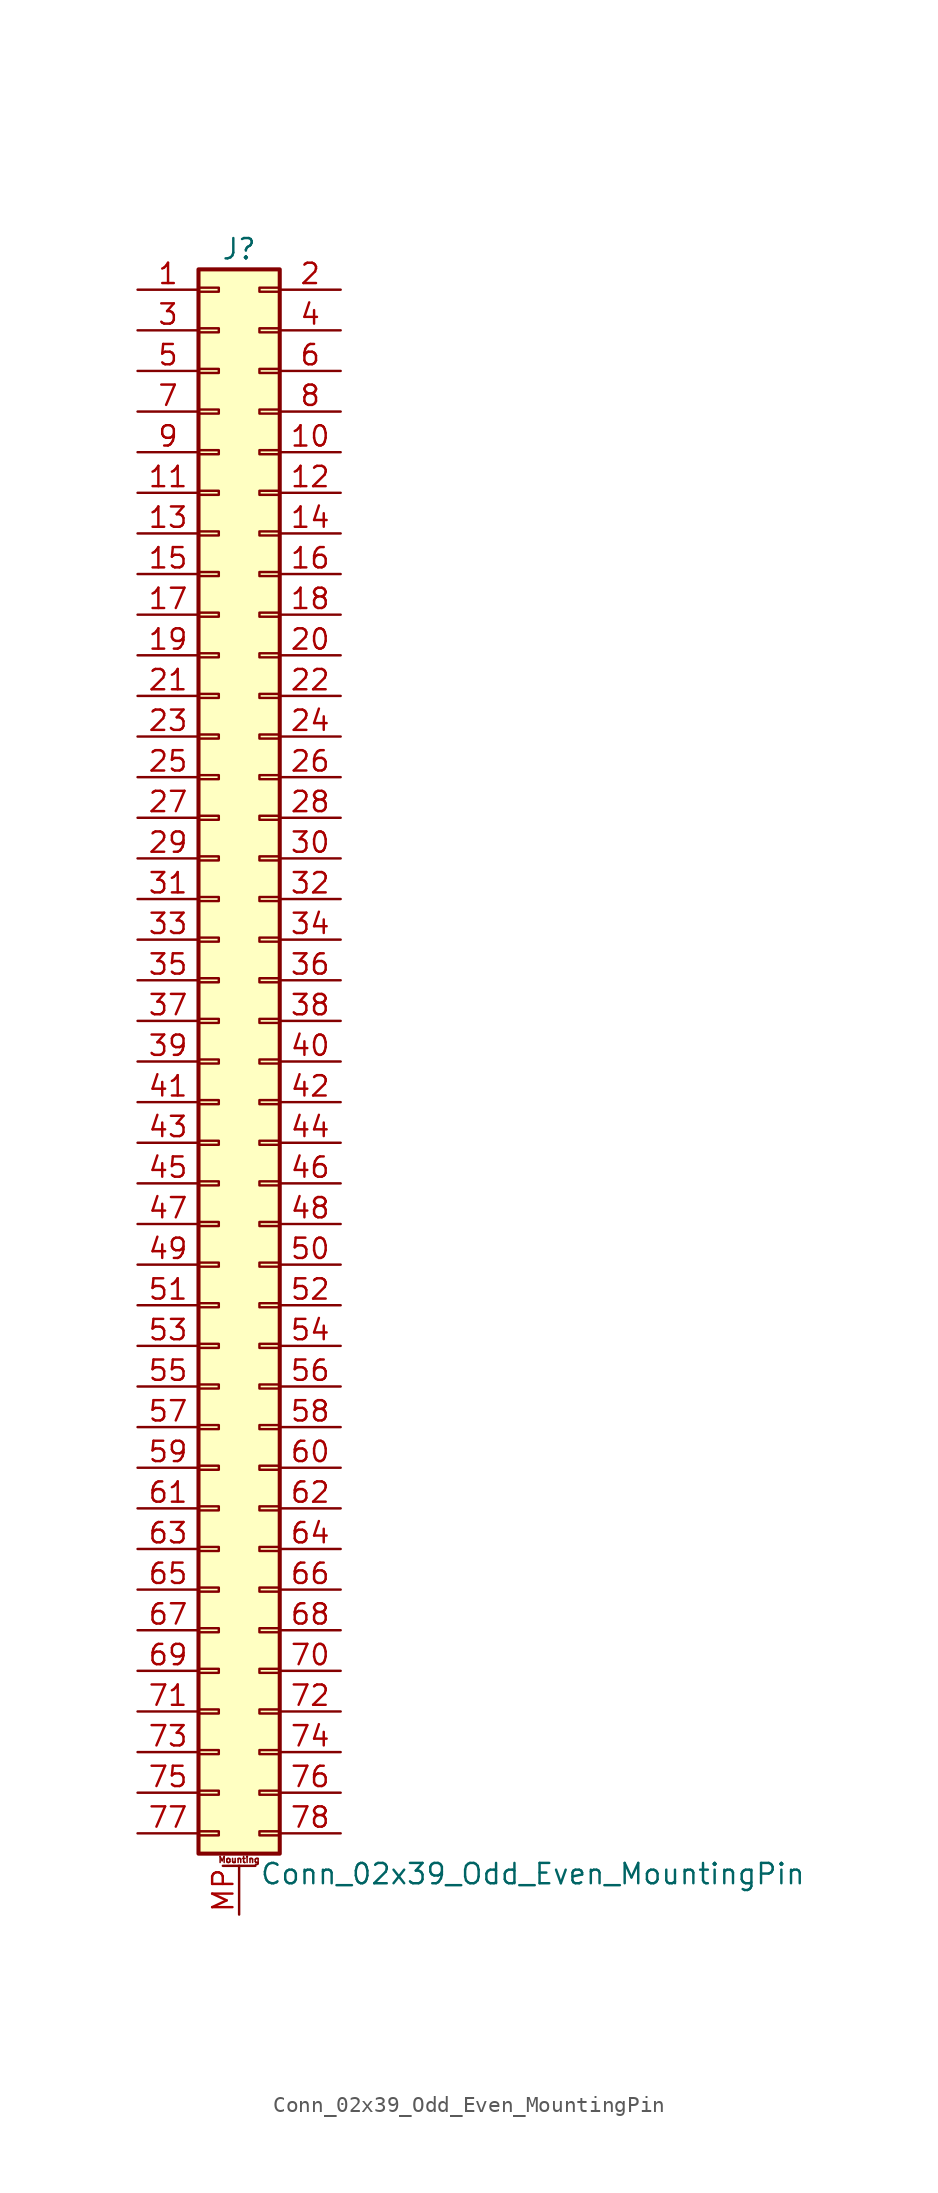
<source format=kicad_sym>
(kicad_symbol_lib
  (version 20220914)
  (generator kicad_symbol_editor)
  (symbol "Conn_02x39_Odd_Even_MountingPin"
    (pin_names
      (offset 1.016) hide)
    (property "Reference" "J"
      (at 1.27 50.8 0)
      (effects (font (size 1.27 1.27))))
    (property "Value" "Conn_02x39_Odd_Even_MountingPin"
      (at 2.54 -50.8 0)
      (effects (font (size 1.27 1.27)) (justify left)))
    (symbol "Conn_02x39_Odd_Even_MountingPin_1_1"
      (rectangle (start -1.27 -48.133) (end 0 -48.387) (stroke (width 0.152) (type default)) (fill (type none)))
      (rectangle (start -1.27 -45.593) (end 0 -45.847) (stroke (width 0.152) (type default)) (fill (type none)))
      (rectangle (start -1.27 -43.053) (end 0 -43.307) (stroke (width 0.152) (type default)) (fill (type none)))
      (rectangle (start -1.27 -40.513) (end 0 -40.767) (stroke (width 0.152) (type default)) (fill (type none)))
      (rectangle (start -1.27 -37.973) (end 0 -38.227) (stroke (width 0.152) (type default)) (fill (type none)))
      (rectangle (start -1.27 -35.433) (end 0 -35.687) (stroke (width 0.152) (type default)) (fill (type none)))
      (rectangle (start -1.27 -32.893) (end 0 -33.147) (stroke (width 0.152) (type default)) (fill (type none)))
      (rectangle (start -1.27 -30.353) (end 0 -30.607) (stroke (width 0.152) (type default)) (fill (type none)))
      (rectangle (start -1.27 -27.813) (end 0 -28.067) (stroke (width 0.152) (type default)) (fill (type none)))
      (rectangle (start -1.27 -25.273) (end 0 -25.527) (stroke (width 0.152) (type default)) (fill (type none)))
      (rectangle (start -1.27 -22.733) (end 0 -22.987) (stroke (width 0.152) (type default)) (fill (type none)))
      (rectangle (start -1.27 -20.193) (end 0 -20.447) (stroke (width 0.152) (type default)) (fill (type none)))
      (rectangle (start -1.27 -17.653) (end 0 -17.907) (stroke (width 0.152) (type default)) (fill (type none)))
      (rectangle (start -1.27 -15.113) (end 0 -15.367) (stroke (width 0.152) (type default)) (fill (type none)))
      (rectangle (start -1.27 -12.573) (end 0 -12.827) (stroke (width 0.152) (type default)) (fill (type none)))
      (rectangle (start -1.27 -10.033) (end 0 -10.287) (stroke (width 0.152) (type default)) (fill (type none)))
      (rectangle (start -1.27 -7.493) (end 0 -7.747) (stroke (width 0.152) (type default)) (fill (type none)))
      (rectangle (start -1.27 -4.953) (end 0 -5.207) (stroke (width 0.152) (type default)) (fill (type none)))
      (rectangle (start -1.27 -2.413) (end 0 -2.667) (stroke (width 0.152) (type default)) (fill (type none)))
      (rectangle (start -1.27 0.127) (end 0 -0.127) (stroke (width 0.152) (type default)) (fill (type none)))
      (rectangle (start -1.27 2.667) (end 0 2.413) (stroke (width 0.152) (type default)) (fill (type none)))
      (rectangle (start -1.27 5.207) (end 0 4.953) (stroke (width 0.152) (type default)) (fill (type none)))
      (rectangle (start -1.27 7.747) (end 0 7.493) (stroke (width 0.152) (type default)) (fill (type none)))
      (rectangle (start -1.27 10.287) (end 0 10.033) (stroke (width 0.152) (type default)) (fill (type none)))
      (rectangle (start -1.27 12.827) (end 0 12.573) (stroke (width 0.152) (type default)) (fill (type none)))
      (rectangle (start -1.27 15.367) (end 0 15.113) (stroke (width 0.152) (type default)) (fill (type none)))
      (rectangle (start -1.27 17.907) (end 0 17.653) (stroke (width 0.152) (type default)) (fill (type none)))
      (rectangle (start -1.27 20.447) (end 0 20.193) (stroke (width 0.152) (type default)) (fill (type none)))
      (rectangle (start -1.27 22.987) (end 0 22.733) (stroke (width 0.152) (type default)) (fill (type none)))
      (rectangle (start -1.27 25.527) (end 0 25.273) (stroke (width 0.152) (type default)) (fill (type none)))
      (rectangle (start -1.27 28.067) (end 0 27.813) (stroke (width 0.152) (type default)) (fill (type none)))
      (rectangle (start -1.27 30.607) (end 0 30.353) (stroke (width 0.152) (type default)) (fill (type none)))
      (rectangle (start -1.27 33.147) (end 0 32.893) (stroke (width 0.152) (type default)) (fill (type none)))
      (rectangle (start -1.27 35.687) (end 0 35.433) (stroke (width 0.152) (type default)) (fill (type none)))
      (rectangle (start -1.27 38.227) (end 0 37.973) (stroke (width 0.152) (type default)) (fill (type none)))
      (rectangle (start -1.27 40.767) (end 0 40.513) (stroke (width 0.152) (type default)) (fill (type none)))
      (rectangle (start -1.27 43.307) (end 0 43.053) (stroke (width 0.152) (type default)) (fill (type none)))
      (rectangle (start -1.27 45.847) (end 0 45.593) (stroke (width 0.152) (type default)) (fill (type none)))
      (rectangle (start -1.27 48.387) (end 0 48.133) (stroke (width 0.152) (type default)) (fill (type none)))
      (rectangle (start -1.27 49.53) (end 3.81 -49.53) (stroke (width 0.254) (type default)) (fill (type background)))
      (polyline (pts (xy 0.254 -50.292) (xy 2.286 -50.292)) (stroke (width 0.152) (type default)) (fill (type none)))
      (rectangle (start 3.81 -48.133) (end 2.54 -48.387) (stroke (width 0.152) (type default)) (fill (type none)))
      (rectangle (start 3.81 -45.593) (end 2.54 -45.847) (stroke (width 0.152) (type default)) (fill (type none)))
      (rectangle (start 3.81 -43.053) (end 2.54 -43.307) (stroke (width 0.152) (type default)) (fill (type none)))
      (rectangle (start 3.81 -40.513) (end 2.54 -40.767) (stroke (width 0.152) (type default)) (fill (type none)))
      (rectangle (start 3.81 -37.973) (end 2.54 -38.227) (stroke (width 0.152) (type default)) (fill (type none)))
      (rectangle (start 3.81 -35.433) (end 2.54 -35.687) (stroke (width 0.152) (type default)) (fill (type none)))
      (rectangle (start 3.81 -32.893) (end 2.54 -33.147) (stroke (width 0.152) (type default)) (fill (type none)))
      (rectangle (start 3.81 -30.353) (end 2.54 -30.607) (stroke (width 0.152) (type default)) (fill (type none)))
      (rectangle (start 3.81 -27.813) (end 2.54 -28.067) (stroke (width 0.152) (type default)) (fill (type none)))
      (rectangle (start 3.81 -25.273) (end 2.54 -25.527) (stroke (width 0.152) (type default)) (fill (type none)))
      (rectangle (start 3.81 -22.733) (end 2.54 -22.987) (stroke (width 0.152) (type default)) (fill (type none)))
      (rectangle (start 3.81 -20.193) (end 2.54 -20.447) (stroke (width 0.152) (type default)) (fill (type none)))
      (rectangle (start 3.81 -17.653) (end 2.54 -17.907) (stroke (width 0.152) (type default)) (fill (type none)))
      (rectangle (start 3.81 -15.113) (end 2.54 -15.367) (stroke (width 0.152) (type default)) (fill (type none)))
      (rectangle (start 3.81 -12.573) (end 2.54 -12.827) (stroke (width 0.152) (type default)) (fill (type none)))
      (rectangle (start 3.81 -10.033) (end 2.54 -10.287) (stroke (width 0.152) (type default)) (fill (type none)))
      (rectangle (start 3.81 -7.493) (end 2.54 -7.747) (stroke (width 0.152) (type default)) (fill (type none)))
      (rectangle (start 3.81 -4.953) (end 2.54 -5.207) (stroke (width 0.152) (type default)) (fill (type none)))
      (rectangle (start 3.81 -2.413) (end 2.54 -2.667) (stroke (width 0.152) (type default)) (fill (type none)))
      (rectangle (start 3.81 0.127) (end 2.54 -0.127) (stroke (width 0.152) (type default)) (fill (type none)))
      (rectangle (start 3.81 2.667) (end 2.54 2.413) (stroke (width 0.152) (type default)) (fill (type none)))
      (rectangle (start 3.81 5.207) (end 2.54 4.953) (stroke (width 0.152) (type default)) (fill (type none)))
      (rectangle (start 3.81 7.747) (end 2.54 7.493) (stroke (width 0.152) (type default)) (fill (type none)))
      (rectangle (start 3.81 10.287) (end 2.54 10.033) (stroke (width 0.152) (type default)) (fill (type none)))
      (rectangle (start 3.81 12.827) (end 2.54 12.573) (stroke (width 0.152) (type default)) (fill (type none)))
      (rectangle (start 3.81 15.367) (end 2.54 15.113) (stroke (width 0.152) (type default)) (fill (type none)))
      (rectangle (start 3.81 17.907) (end 2.54 17.653) (stroke (width 0.152) (type default)) (fill (type none)))
      (rectangle (start 3.81 20.447) (end 2.54 20.193) (stroke (width 0.152) (type default)) (fill (type none)))
      (rectangle (start 3.81 22.987) (end 2.54 22.733) (stroke (width 0.152) (type default)) (fill (type none)))
      (rectangle (start 3.81 25.527) (end 2.54 25.273) (stroke (width 0.152) (type default)) (fill (type none)))
      (rectangle (start 3.81 28.067) (end 2.54 27.813) (stroke (width 0.152) (type default)) (fill (type none)))
      (rectangle (start 3.81 30.607) (end 2.54 30.353) (stroke (width 0.152) (type default)) (fill (type none)))
      (rectangle (start 3.81 33.147) (end 2.54 32.893) (stroke (width 0.152) (type default)) (fill (type none)))
      (rectangle (start 3.81 35.687) (end 2.54 35.433) (stroke (width 0.152) (type default)) (fill (type none)))
      (rectangle (start 3.81 38.227) (end 2.54 37.973) (stroke (width 0.152) (type default)) (fill (type none)))
      (rectangle (start 3.81 40.767) (end 2.54 40.513) (stroke (width 0.152) (type default)) (fill (type none)))
      (rectangle (start 3.81 43.307) (end 2.54 43.053) (stroke (width 0.152) (type default)) (fill (type none)))
      (rectangle (start 3.81 45.847) (end 2.54 45.593) (stroke (width 0.152) (type default)) (fill (type none)))
      (rectangle (start 3.81 48.387) (end 2.54 48.133) (stroke (width 0.152) (type default)) (fill (type none)))
      (text "Mounting" (at 1.27 -49.911 0) (effects (font (size 0.381 0.381))))
      (pin passive line (at -5.08 48.26 0) (length 3.81) (name "Pin_1" (effects (font (size 1.27 1.27)))) (number "1" (effects (font (size 1.27 1.27)))))
      (pin passive line (at 7.62 38.1 180) (length 3.81) (name "Pin_10" (effects (font (size 1.27 1.27)))) (number "10" (effects (font (size 1.27 1.27)))))
      (pin passive line (at -5.08 35.56 0) (length 3.81) (name "Pin_11" (effects (font (size 1.27 1.27)))) (number "11" (effects (font (size 1.27 1.27)))))
      (pin passive line (at 7.62 35.56 180) (length 3.81) (name "Pin_12" (effects (font (size 1.27 1.27)))) (number "12" (effects (font (size 1.27 1.27)))))
      (pin passive line (at -5.08 33.02 0) (length 3.81) (name "Pin_13" (effects (font (size 1.27 1.27)))) (number "13" (effects (font (size 1.27 1.27)))))
      (pin passive line (at 7.62 33.02 180) (length 3.81) (name "Pin_14" (effects (font (size 1.27 1.27)))) (number "14" (effects (font (size 1.27 1.27)))))
      (pin passive line (at -5.08 30.48 0) (length 3.81) (name "Pin_15" (effects (font (size 1.27 1.27)))) (number "15" (effects (font (size 1.27 1.27)))))
      (pin passive line (at 7.62 30.48 180) (length 3.81) (name "Pin_16" (effects (font (size 1.27 1.27)))) (number "16" (effects (font (size 1.27 1.27)))))
      (pin passive line (at -5.08 27.94 0) (length 3.81) (name "Pin_17" (effects (font (size 1.27 1.27)))) (number "17" (effects (font (size 1.27 1.27)))))
      (pin passive line (at 7.62 27.94 180) (length 3.81) (name "Pin_18" (effects (font (size 1.27 1.27)))) (number "18" (effects (font (size 1.27 1.27)))))
      (pin passive line (at -5.08 25.4 0) (length 3.81) (name "Pin_19" (effects (font (size 1.27 1.27)))) (number "19" (effects (font (size 1.27 1.27)))))
      (pin passive line (at 7.62 48.26 180) (length 3.81) (name "Pin_2" (effects (font (size 1.27 1.27)))) (number "2" (effects (font (size 1.27 1.27)))))
      (pin passive line (at 7.62 25.4 180) (length 3.81) (name "Pin_20" (effects (font (size 1.27 1.27)))) (number "20" (effects (font (size 1.27 1.27)))))
      (pin passive line (at -5.08 22.86 0) (length 3.81) (name "Pin_21" (effects (font (size 1.27 1.27)))) (number "21" (effects (font (size 1.27 1.27)))))
      (pin passive line (at 7.62 22.86 180) (length 3.81) (name "Pin_22" (effects (font (size 1.27 1.27)))) (number "22" (effects (font (size 1.27 1.27)))))
      (pin passive line (at -5.08 20.32 0) (length 3.81) (name "Pin_23" (effects (font (size 1.27 1.27)))) (number "23" (effects (font (size 1.27 1.27)))))
      (pin passive line (at 7.62 20.32 180) (length 3.81) (name "Pin_24" (effects (font (size 1.27 1.27)))) (number "24" (effects (font (size 1.27 1.27)))))
      (pin passive line (at -5.08 17.78 0) (length 3.81) (name "Pin_25" (effects (font (size 1.27 1.27)))) (number "25" (effects (font (size 1.27 1.27)))))
      (pin passive line (at 7.62 17.78 180) (length 3.81) (name "Pin_26" (effects (font (size 1.27 1.27)))) (number "26" (effects (font (size 1.27 1.27)))))
      (pin passive line (at -5.08 15.24 0) (length 3.81) (name "Pin_27" (effects (font (size 1.27 1.27)))) (number "27" (effects (font (size 1.27 1.27)))))
      (pin passive line (at 7.62 15.24 180) (length 3.81) (name "Pin_28" (effects (font (size 1.27 1.27)))) (number "28" (effects (font (size 1.27 1.27)))))
      (pin passive line (at -5.08 12.7 0) (length 3.81) (name "Pin_29" (effects (font (size 1.27 1.27)))) (number "29" (effects (font (size 1.27 1.27)))))
      (pin passive line (at -5.08 45.72 0) (length 3.81) (name "Pin_3" (effects (font (size 1.27 1.27)))) (number "3" (effects (font (size 1.27 1.27)))))
      (pin passive line (at 7.62 12.7 180) (length 3.81) (name "Pin_30" (effects (font (size 1.27 1.27)))) (number "30" (effects (font (size 1.27 1.27)))))
      (pin passive line (at -5.08 10.16 0) (length 3.81) (name "Pin_31" (effects (font (size 1.27 1.27)))) (number "31" (effects (font (size 1.27 1.27)))))
      (pin passive line (at 7.62 10.16 180) (length 3.81) (name "Pin_32" (effects (font (size 1.27 1.27)))) (number "32" (effects (font (size 1.27 1.27)))))
      (pin passive line (at -5.08 7.62 0) (length 3.81) (name "Pin_33" (effects (font (size 1.27 1.27)))) (number "33" (effects (font (size 1.27 1.27)))))
      (pin passive line (at 7.62 7.62 180) (length 3.81) (name "Pin_34" (effects (font (size 1.27 1.27)))) (number "34" (effects (font (size 1.27 1.27)))))
      (pin passive line (at -5.08 5.08 0) (length 3.81) (name "Pin_35" (effects (font (size 1.27 1.27)))) (number "35" (effects (font (size 1.27 1.27)))))
      (pin passive line (at 7.62 5.08 180) (length 3.81) (name "Pin_36" (effects (font (size 1.27 1.27)))) (number "36" (effects (font (size 1.27 1.27)))))
      (pin passive line (at -5.08 2.54 0) (length 3.81) (name "Pin_37" (effects (font (size 1.27 1.27)))) (number "37" (effects (font (size 1.27 1.27)))))
      (pin passive line (at 7.62 2.54 180) (length 3.81) (name "Pin_38" (effects (font (size 1.27 1.27)))) (number "38" (effects (font (size 1.27 1.27)))))
      (pin passive line (at -5.08 0 0) (length 3.81) (name "Pin_39" (effects (font (size 1.27 1.27)))) (number "39" (effects (font (size 1.27 1.27)))))
      (pin passive line (at 7.62 45.72 180) (length 3.81) (name "Pin_4" (effects (font (size 1.27 1.27)))) (number "4" (effects (font (size 1.27 1.27)))))
      (pin passive line (at 7.62 0 180) (length 3.81) (name "Pin_40" (effects (font (size 1.27 1.27)))) (number "40" (effects (font (size 1.27 1.27)))))
      (pin passive line (at -5.08 -2.54 0) (length 3.81) (name "Pin_41" (effects (font (size 1.27 1.27)))) (number "41" (effects (font (size 1.27 1.27)))))
      (pin passive line (at 7.62 -2.54 180) (length 3.81) (name "Pin_42" (effects (font (size 1.27 1.27)))) (number "42" (effects (font (size 1.27 1.27)))))
      (pin passive line (at -5.08 -5.08 0) (length 3.81) (name "Pin_43" (effects (font (size 1.27 1.27)))) (number "43" (effects (font (size 1.27 1.27)))))
      (pin passive line (at 7.62 -5.08 180) (length 3.81) (name "Pin_44" (effects (font (size 1.27 1.27)))) (number "44" (effects (font (size 1.27 1.27)))))
      (pin passive line (at -5.08 -7.62 0) (length 3.81) (name "Pin_45" (effects (font (size 1.27 1.27)))) (number "45" (effects (font (size 1.27 1.27)))))
      (pin passive line (at 7.62 -7.62 180) (length 3.81) (name "Pin_46" (effects (font (size 1.27 1.27)))) (number "46" (effects (font (size 1.27 1.27)))))
      (pin passive line (at -5.08 -10.16 0) (length 3.81) (name "Pin_47" (effects (font (size 1.27 1.27)))) (number "47" (effects (font (size 1.27 1.27)))))
      (pin passive line (at 7.62 -10.16 180) (length 3.81) (name "Pin_48" (effects (font (size 1.27 1.27)))) (number "48" (effects (font (size 1.27 1.27)))))
      (pin passive line (at -5.08 -12.7 0) (length 3.81) (name "Pin_49" (effects (font (size 1.27 1.27)))) (number "49" (effects (font (size 1.27 1.27)))))
      (pin passive line (at -5.08 43.18 0) (length 3.81) (name "Pin_5" (effects (font (size 1.27 1.27)))) (number "5" (effects (font (size 1.27 1.27)))))
      (pin passive line (at 7.62 -12.7 180) (length 3.81) (name "Pin_50" (effects (font (size 1.27 1.27)))) (number "50" (effects (font (size 1.27 1.27)))))
      (pin passive line (at -5.08 -15.24 0) (length 3.81) (name "Pin_51" (effects (font (size 1.27 1.27)))) (number "51" (effects (font (size 1.27 1.27)))))
      (pin passive line (at 7.62 -15.24 180) (length 3.81) (name "Pin_52" (effects (font (size 1.27 1.27)))) (number "52" (effects (font (size 1.27 1.27)))))
      (pin passive line (at -5.08 -17.78 0) (length 3.81) (name "Pin_53" (effects (font (size 1.27 1.27)))) (number "53" (effects (font (size 1.27 1.27)))))
      (pin passive line (at 7.62 -17.78 180) (length 3.81) (name "Pin_54" (effects (font (size 1.27 1.27)))) (number "54" (effects (font (size 1.27 1.27)))))
      (pin passive line (at -5.08 -20.32 0) (length 3.81) (name "Pin_55" (effects (font (size 1.27 1.27)))) (number "55" (effects (font (size 1.27 1.27)))))
      (pin passive line (at 7.62 -20.32 180) (length 3.81) (name "Pin_56" (effects (font (size 1.27 1.27)))) (number "56" (effects (font (size 1.27 1.27)))))
      (pin passive line (at -5.08 -22.86 0) (length 3.81) (name "Pin_57" (effects (font (size 1.27 1.27)))) (number "57" (effects (font (size 1.27 1.27)))))
      (pin passive line (at 7.62 -22.86 180) (length 3.81) (name "Pin_58" (effects (font (size 1.27 1.27)))) (number "58" (effects (font (size 1.27 1.27)))))
      (pin passive line (at -5.08 -25.4 0) (length 3.81) (name "Pin_59" (effects (font (size 1.27 1.27)))) (number "59" (effects (font (size 1.27 1.27)))))
      (pin passive line (at 7.62 43.18 180) (length 3.81) (name "Pin_6" (effects (font (size 1.27 1.27)))) (number "6" (effects (font (size 1.27 1.27)))))
      (pin passive line (at 7.62 -25.4 180) (length 3.81) (name "Pin_60" (effects (font (size 1.27 1.27)))) (number "60" (effects (font (size 1.27 1.27)))))
      (pin passive line (at -5.08 -27.94 0) (length 3.81) (name "Pin_61" (effects (font (size 1.27 1.27)))) (number "61" (effects (font (size 1.27 1.27)))))
      (pin passive line (at 7.62 -27.94 180) (length 3.81) (name "Pin_62" (effects (font (size 1.27 1.27)))) (number "62" (effects (font (size 1.27 1.27)))))
      (pin passive line (at -5.08 -30.48 0) (length 3.81) (name "Pin_63" (effects (font (size 1.27 1.27)))) (number "63" (effects (font (size 1.27 1.27)))))
      (pin passive line (at 7.62 -30.48 180) (length 3.81) (name "Pin_64" (effects (font (size 1.27 1.27)))) (number "64" (effects (font (size 1.27 1.27)))))
      (pin passive line (at -5.08 -33.02 0) (length 3.81) (name "Pin_65" (effects (font (size 1.27 1.27)))) (number "65" (effects (font (size 1.27 1.27)))))
      (pin passive line (at 7.62 -33.02 180) (length 3.81) (name "Pin_66" (effects (font (size 1.27 1.27)))) (number "66" (effects (font (size 1.27 1.27)))))
      (pin passive line (at -5.08 -35.56 0) (length 3.81) (name "Pin_67" (effects (font (size 1.27 1.27)))) (number "67" (effects (font (size 1.27 1.27)))))
      (pin passive line (at 7.62 -35.56 180) (length 3.81) (name "Pin_68" (effects (font (size 1.27 1.27)))) (number "68" (effects (font (size 1.27 1.27)))))
      (pin passive line (at -5.08 -38.1 0) (length 3.81) (name "Pin_69" (effects (font (size 1.27 1.27)))) (number "69" (effects (font (size 1.27 1.27)))))
      (pin passive line (at -5.08 40.64 0) (length 3.81) (name "Pin_7" (effects (font (size 1.27 1.27)))) (number "7" (effects (font (size 1.27 1.27)))))
      (pin passive line (at 7.62 -38.1 180) (length 3.81) (name "Pin_70" (effects (font (size 1.27 1.27)))) (number "70" (effects (font (size 1.27 1.27)))))
      (pin passive line (at -5.08 -40.64 0) (length 3.81) (name "Pin_71" (effects (font (size 1.27 1.27)))) (number "71" (effects (font (size 1.27 1.27)))))
      (pin passive line (at 7.62 -40.64 180) (length 3.81) (name "Pin_72" (effects (font (size 1.27 1.27)))) (number "72" (effects (font (size 1.27 1.27)))))
      (pin passive line (at -5.08 -43.18 0) (length 3.81) (name "Pin_73" (effects (font (size 1.27 1.27)))) (number "73" (effects (font (size 1.27 1.27)))))
      (pin passive line (at 7.62 -43.18 180) (length 3.81) (name "Pin_74" (effects (font (size 1.27 1.27)))) (number "74" (effects (font (size 1.27 1.27)))))
      (pin passive line (at -5.08 -45.72 0) (length 3.81) (name "Pin_75" (effects (font (size 1.27 1.27)))) (number "75" (effects (font (size 1.27 1.27)))))
      (pin passive line (at 7.62 -45.72 180) (length 3.81) (name "Pin_76" (effects (font (size 1.27 1.27)))) (number "76" (effects (font (size 1.27 1.27)))))
      (pin passive line (at -5.08 -48.26 0) (length 3.81) (name "Pin_77" (effects (font (size 1.27 1.27)))) (number "77" (effects (font (size 1.27 1.27)))))
      (pin passive line (at 7.62 -48.26 180) (length 3.81) (name "Pin_78" (effects (font (size 1.27 1.27)))) (number "78" (effects (font (size 1.27 1.27)))))
      (pin passive line (at 7.62 40.64 180) (length 3.81) (name "Pin_8" (effects (font (size 1.27 1.27)))) (number "8" (effects (font (size 1.27 1.27)))))
      (pin passive line (at -5.08 38.1 0) (length 3.81) (name "Pin_9" (effects (font (size 1.27 1.27)))) (number "9" (effects (font (size 1.27 1.27)))))
      (pin passive line (at 1.27 -53.34 90) (length 3.048) (name "MountPin" (effects (font (size 1.27 1.27)))) (number "MP" (effects (font (size 1.27 1.27))))))))
</source>
